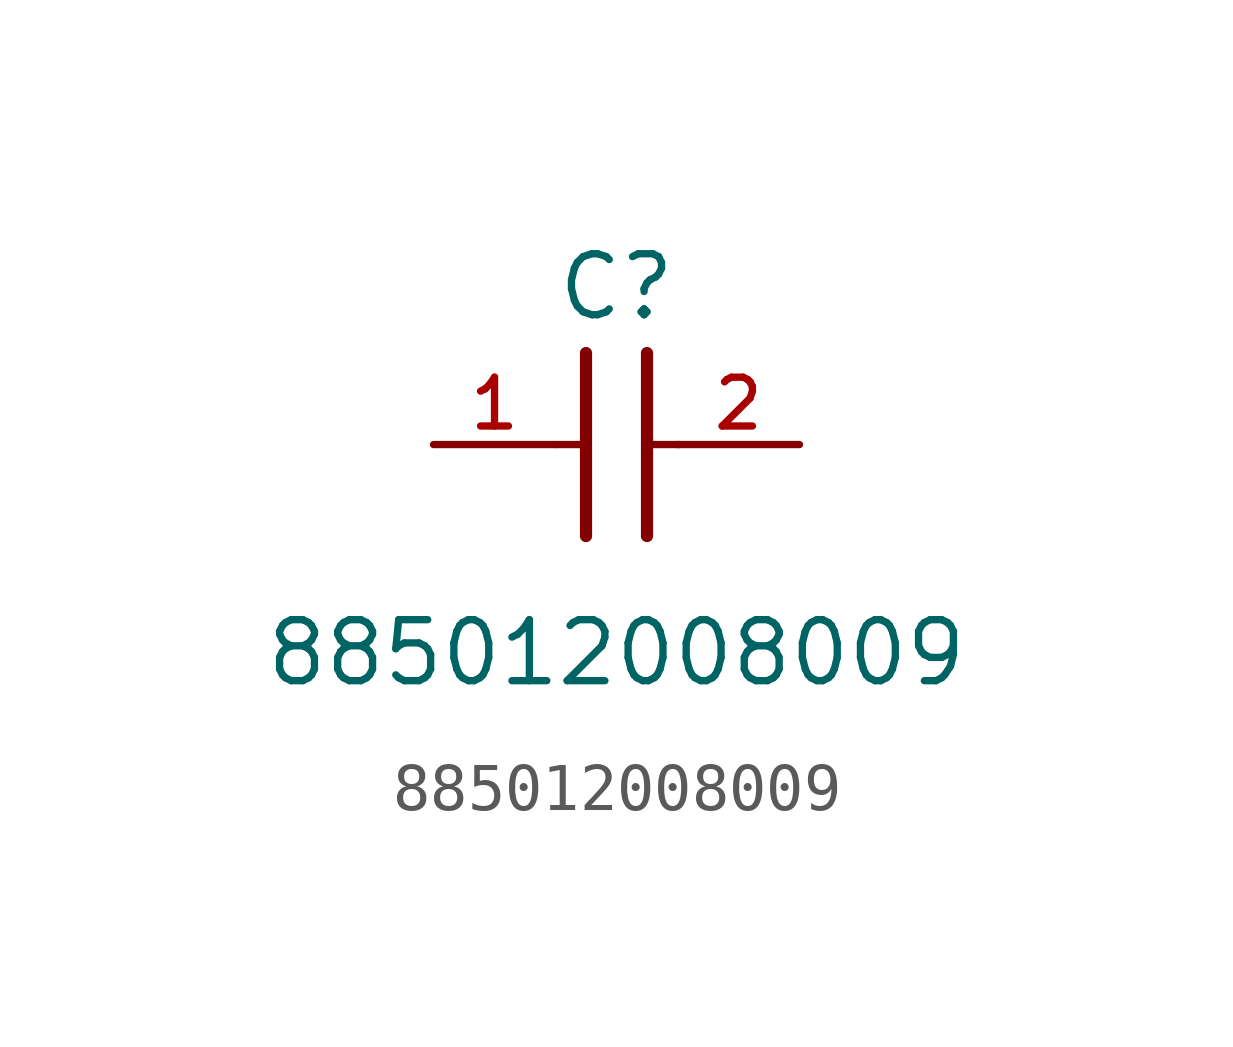
<source format=kicad_sym>
(kicad_symbol_lib
  (version 20211014)
  (generator kicad_symbol_editor)
  (symbol "885012008009"
    (pin_names
      (offset 1.016))
    (property "Reference" "C"
      (at 1.27 2.54 0)
      (effects (font (size 1.27 1.27)) (justify bottom)))
    (property "Value" "885012008009"
      (at 1.27 -5.08 0)
      (effects (font (size 1.27 1.27)) (justify bottom)))
    (symbol "885012008009_0_0"
      (polyline (pts (xy 1.905 1.905) (xy 1.905 -1.905)) (stroke (width 0.254)))
      (polyline (pts (xy 0.635 -1.905) (xy 0.635 1.905)) (stroke (width 0.254)))
      (polyline (pts (xy 0.0 0.0) (xy 0.643 0.0)) (stroke (width 0.152)))
      (polyline (pts (xy 1.928 0.0) (xy 2.57 0.0)) (stroke (width 0.152)))
      (pin passive line (at -2.54 0.0 0) (length 2.54) (name "~" (effects (font (size 1.016 1.016)))) (number "1" (effects (font (size 1.016 1.016)))))
      (pin passive line (at 5.08 0.0 180.0) (length 2.54) (name "~" (effects (font (size 1.016 1.016)))) (number "2" (effects (font (size 1.016 1.016))))))))
</source>
